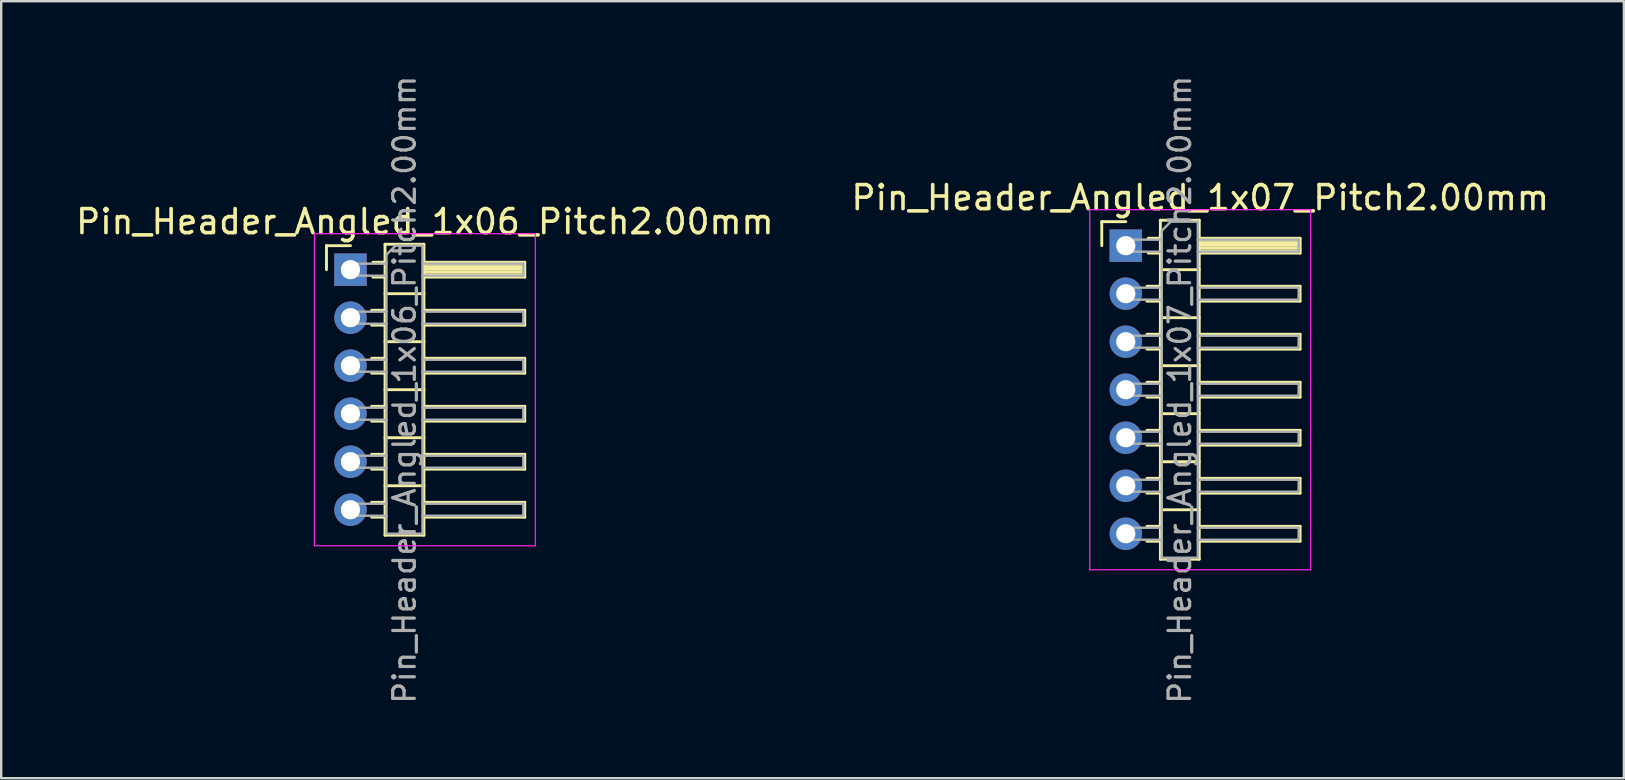
<source format=kicad_pcb>
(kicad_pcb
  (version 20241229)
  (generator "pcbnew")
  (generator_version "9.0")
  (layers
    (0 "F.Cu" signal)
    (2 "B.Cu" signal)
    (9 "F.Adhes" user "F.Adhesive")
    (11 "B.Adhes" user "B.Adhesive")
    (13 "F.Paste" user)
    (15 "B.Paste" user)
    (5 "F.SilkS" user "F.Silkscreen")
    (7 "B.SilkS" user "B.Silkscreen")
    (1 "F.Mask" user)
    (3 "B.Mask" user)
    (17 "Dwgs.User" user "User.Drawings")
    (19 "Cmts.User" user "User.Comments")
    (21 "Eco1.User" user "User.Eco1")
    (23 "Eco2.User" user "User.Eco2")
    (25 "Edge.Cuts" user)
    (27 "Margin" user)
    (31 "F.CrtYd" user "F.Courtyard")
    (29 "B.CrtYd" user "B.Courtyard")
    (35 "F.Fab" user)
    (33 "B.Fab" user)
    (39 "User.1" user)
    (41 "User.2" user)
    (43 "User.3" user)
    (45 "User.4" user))
  (footprint "Pin_Header_Angled_1x06_Pitch2.00mm"
    (layer "F.Cu")
    (at 11.549 8.184)
    (property "Reference" "Pin_Header_Angled_1x06_Pitch2.00mm" (at 3.1 -2 0) (layer "F.SilkS") (effects (font (size 1 1) (thickness 0.15))))
    (attr through_hole)
    (fp_line (start -1 -1) (end 0 -1) (stroke (width 0.12) (type solid)) (layer "F.SilkS"))
    (fp_line (start -1 0) (end -1 -1) (stroke (width 0.12) (type solid)) (layer "F.SilkS"))
    (fp_line (start 0.882 1.69) (end 1.44 1.69) (stroke (width 0.12) (type solid)) (layer "F.SilkS"))
    (fp_line (start 0.882 2.31) (end 1.44 2.31) (stroke (width 0.12) (type solid)) (layer "F.SilkS"))
    (fp_line (start 0.882 3.69) (end 1.44 3.69) (stroke (width 0.12) (type solid)) (layer "F.SilkS"))
    (fp_line (start 0.882 4.31) (end 1.44 4.31) (stroke (width 0.12) (type solid)) (layer "F.SilkS"))
    (fp_line (start 0.882 5.69) (end 1.44 5.69) (stroke (width 0.12) (type solid)) (layer "F.SilkS"))
    (fp_line (start 0.882 6.31) (end 1.44 6.31) (stroke (width 0.12) (type solid)) (layer "F.SilkS"))
    (fp_line (start 0.882 7.69) (end 1.44 7.69) (stroke (width 0.12) (type solid)) (layer "F.SilkS"))
    (fp_line (start 0.882 8.31) (end 1.44 8.31) (stroke (width 0.12) (type solid)) (layer "F.SilkS"))
    (fp_line (start 0.882 9.69) (end 1.44 9.69) (stroke (width 0.12) (type solid)) (layer "F.SilkS"))
    (fp_line (start 0.882 10.31) (end 1.44 10.31) (stroke (width 0.12) (type solid)) (layer "F.SilkS"))
    (fp_line (start 0.935 -0.31) (end 1.44 -0.31) (stroke (width 0.12) (type solid)) (layer "F.SilkS"))
    (fp_line (start 0.935 0.31) (end 1.44 0.31) (stroke (width 0.12) (type solid)) (layer "F.SilkS"))
    (fp_line (start 1.44 -1.06) (end 1.44 11.06) (stroke (width 0.12) (type solid)) (layer "F.SilkS"))
    (fp_line (start 1.44 1) (end 3.06 1) (stroke (width 0.12) (type solid)) (layer "F.SilkS"))
    (fp_line (start 1.44 3) (end 3.06 3) (stroke (width 0.12) (type solid)) (layer "F.SilkS"))
    (fp_line (start 1.44 5) (end 3.06 5) (stroke (width 0.12) (type solid)) (layer "F.SilkS"))
    (fp_line (start 1.44 7) (end 3.06 7) (stroke (width 0.12) (type solid)) (layer "F.SilkS"))
    (fp_line (start 1.44 9) (end 3.06 9) (stroke (width 0.12) (type solid)) (layer "F.SilkS"))
    (fp_line (start 1.44 11.06) (end 3.06 11.06) (stroke (width 0.12) (type solid)) (layer "F.SilkS"))
    (fp_line (start 3.06 -1.06) (end 1.44 -1.06) (stroke (width 0.12) (type solid)) (layer "F.SilkS"))
    (fp_line (start 3.06 -0.31) (end 7.26 -0.31) (stroke (width 0.12) (type solid)) (layer "F.SilkS"))
    (fp_line (start 3.06 -0.25) (end 7.26 -0.25) (stroke (width 0.12) (type solid)) (layer "F.SilkS"))
    (fp_line (start 3.06 -0.13) (end 7.26 -0.13) (stroke (width 0.12) (type solid)) (layer "F.SilkS"))
    (fp_line (start 3.06 -0.01) (end 7.26 -0.01) (stroke (width 0.12) (type solid)) (layer "F.SilkS"))
    (fp_line (start 3.06 0.11) (end 7.26 0.11) (stroke (width 0.12) (type solid)) (layer "F.SilkS"))
    (fp_line (start 3.06 0.23) (end 7.26 0.23) (stroke (width 0.12) (type solid)) (layer "F.SilkS"))
    (fp_line (start 3.06 1.69) (end 7.26 1.69) (stroke (width 0.12) (type solid)) (layer "F.SilkS"))
    (fp_line (start 3.06 3.69) (end 7.26 3.69) (stroke (width 0.12) (type solid)) (layer "F.SilkS"))
    (fp_line (start 3.06 5.69) (end 7.26 5.69) (stroke (width 0.12) (type solid)) (layer "F.SilkS"))
    (fp_line (start 3.06 7.69) (end 7.26 7.69) (stroke (width 0.12) (type solid)) (layer "F.SilkS"))
    (fp_line (start 3.06 9.69) (end 7.26 9.69) (stroke (width 0.12) (type solid)) (layer "F.SilkS"))
    (fp_line (start 3.06 11.06) (end 3.06 -1.06) (stroke (width 0.12) (type solid)) (layer "F.SilkS"))
    (fp_line (start 7.26 -0.31) (end 7.26 0.31) (stroke (width 0.12) (type solid)) (layer "F.SilkS"))
    (fp_line (start 7.26 0.31) (end 3.06 0.31) (stroke (width 0.12) (type solid)) (layer "F.SilkS"))
    (fp_line (start 7.26 1.69) (end 7.26 2.31) (stroke (width 0.12) (type solid)) (layer "F.SilkS"))
    (fp_line (start 7.26 2.31) (end 3.06 2.31) (stroke (width 0.12) (type solid)) (layer "F.SilkS"))
    (fp_line (start 7.26 3.69) (end 7.26 4.31) (stroke (width 0.12) (type solid)) (layer "F.SilkS"))
    (fp_line (start 7.26 4.31) (end 3.06 4.31) (stroke (width 0.12) (type solid)) (layer "F.SilkS"))
    (fp_line (start 7.26 5.69) (end 7.26 6.31) (stroke (width 0.12) (type solid)) (layer "F.SilkS"))
    (fp_line (start 7.26 6.31) (end 3.06 6.31) (stroke (width 0.12) (type solid)) (layer "F.SilkS"))
    (fp_line (start 7.26 7.69) (end 7.26 8.31) (stroke (width 0.12) (type solid)) (layer "F.SilkS"))
    (fp_line (start 7.26 8.31) (end 3.06 8.31) (stroke (width 0.12) (type solid)) (layer "F.SilkS"))
    (fp_line (start 7.26 9.69) (end 7.26 10.31) (stroke (width 0.12) (type solid)) (layer "F.SilkS"))
    (fp_line (start 7.26 10.31) (end 3.06 10.31) (stroke (width 0.12) (type solid)) (layer "F.SilkS"))
    (fp_line (start -1.5 -1.5) (end -1.5 11.5) (stroke (width 0.05) (type solid)) (layer "F.CrtYd"))
    (fp_line (start -1.5 11.5) (end 7.7 11.5) (stroke (width 0.05) (type solid)) (layer "F.CrtYd"))
    (fp_line (start 7.7 -1.5) (end -1.5 -1.5) (stroke (width 0.05) (type solid)) (layer "F.CrtYd"))
    (fp_line (start 7.7 11.5) (end 7.7 -1.5) (stroke (width 0.05) (type solid)) (layer "F.CrtYd"))
    (fp_line (start -0.25 -0.25) (end -0.25 0.25) (stroke (width 0.1) (type solid)) (layer "F.Fab"))
    (fp_line (start -0.25 -0.25) (end 1.5 -0.25) (stroke (width 0.1) (type solid)) (layer "F.Fab"))
    (fp_line (start -0.25 0.25) (end 1.5 0.25) (stroke (width 0.1) (type solid)) (layer "F.Fab"))
    (fp_line (start -0.25 1.75) (end -0.25 2.25) (stroke (width 0.1) (type solid)) (layer "F.Fab"))
    (fp_line (start -0.25 1.75) (end 1.5 1.75) (stroke (width 0.1) (type solid)) (layer "F.Fab"))
    (fp_line (start -0.25 2.25) (end 1.5 2.25) (stroke (width 0.1) (type solid)) (layer "F.Fab"))
    (fp_line (start -0.25 3.75) (end -0.25 4.25) (stroke (width 0.1) (type solid)) (layer "F.Fab"))
    (fp_line (start -0.25 3.75) (end 1.5 3.75) (stroke (width 0.1) (type solid)) (layer "F.Fab"))
    (fp_line (start -0.25 4.25) (end 1.5 4.25) (stroke (width 0.1) (type solid)) (layer "F.Fab"))
    (fp_line (start -0.25 5.75) (end -0.25 6.25) (stroke (width 0.1) (type solid)) (layer "F.Fab"))
    (fp_line (start -0.25 5.75) (end 1.5 5.75) (stroke (width 0.1) (type solid)) (layer "F.Fab"))
    (fp_line (start -0.25 6.25) (end 1.5 6.25) (stroke (width 0.1) (type solid)) (layer "F.Fab"))
    (fp_line (start -0.25 7.75) (end -0.25 8.25) (stroke (width 0.1) (type solid)) (layer "F.Fab"))
    (fp_line (start -0.25 7.75) (end 1.5 7.75) (stroke (width 0.1) (type solid)) (layer "F.Fab"))
    (fp_line (start -0.25 8.25) (end 1.5 8.25) (stroke (width 0.1) (type solid)) (layer "F.Fab"))
    (fp_line (start -0.25 9.75) (end -0.25 10.25) (stroke (width 0.1) (type solid)) (layer "F.Fab"))
    (fp_line (start -0.25 9.75) (end 1.5 9.75) (stroke (width 0.1) (type solid)) (layer "F.Fab"))
    (fp_line (start -0.25 10.25) (end 1.5 10.25) (stroke (width 0.1) (type solid)) (layer "F.Fab"))
    (fp_line (start 1.5 -0.625) (end 1.875 -1) (stroke (width 0.1) (type solid)) (layer "F.Fab"))
    (fp_line (start 1.5 11) (end 1.5 -0.625) (stroke (width 0.1) (type solid)) (layer "F.Fab"))
    (fp_line (start 1.875 -1) (end 3 -1) (stroke (width 0.1) (type solid)) (layer "F.Fab"))
    (fp_line (start 3 -1) (end 3 11) (stroke (width 0.1) (type solid)) (layer "F.Fab"))
    (fp_line (start 3 -0.25) (end 7.2 -0.25) (stroke (width 0.1) (type solid)) (layer "F.Fab"))
    (fp_line (start 3 0.25) (end 7.2 0.25) (stroke (width 0.1) (type solid)) (layer "F.Fab"))
    (fp_line (start 3 1.75) (end 7.2 1.75) (stroke (width 0.1) (type solid)) (layer "F.Fab"))
    (fp_line (start 3 2.25) (end 7.2 2.25) (stroke (width 0.1) (type solid)) (layer "F.Fab"))
    (fp_line (start 3 3.75) (end 7.2 3.75) (stroke (width 0.1) (type solid)) (layer "F.Fab"))
    (fp_line (start 3 4.25) (end 7.2 4.25) (stroke (width 0.1) (type solid)) (layer "F.Fab"))
    (fp_line (start 3 5.75) (end 7.2 5.75) (stroke (width 0.1) (type solid)) (layer "F.Fab"))
    (fp_line (start 3 6.25) (end 7.2 6.25) (stroke (width 0.1) (type solid)) (layer "F.Fab"))
    (fp_line (start 3 7.75) (end 7.2 7.75) (stroke (width 0.1) (type solid)) (layer "F.Fab"))
    (fp_line (start 3 8.25) (end 7.2 8.25) (stroke (width 0.1) (type solid)) (layer "F.Fab"))
    (fp_line (start 3 9.75) (end 7.2 9.75) (stroke (width 0.1) (type solid)) (layer "F.Fab"))
    (fp_line (start 3 10.25) (end 7.2 10.25) (stroke (width 0.1) (type solid)) (layer "F.Fab"))
    (fp_line (start 3 11) (end 1.5 11) (stroke (width 0.1) (type solid)) (layer "F.Fab"))
    (fp_line (start 7.2 -0.25) (end 7.2 0.25) (stroke (width 0.1) (type solid)) (layer "F.Fab"))
    (fp_line (start 7.2 1.75) (end 7.2 2.25) (stroke (width 0.1) (type solid)) (layer "F.Fab"))
    (fp_line (start 7.2 3.75) (end 7.2 4.25) (stroke (width 0.1) (type solid)) (layer "F.Fab"))
    (fp_line (start 7.2 5.75) (end 7.2 6.25) (stroke (width 0.1) (type solid)) (layer "F.Fab"))
    (fp_line (start 7.2 7.75) (end 7.2 8.25) (stroke (width 0.1) (type solid)) (layer "F.Fab"))
    (fp_line (start 7.2 9.75) (end 7.2 10.25) (stroke (width 0.1) (type solid)) (layer "F.Fab"))
    (fp_text user "${REFERENCE}" (at 2.25 5 90) (layer "F.Fab") (effects (font (size 0.9 0.9) (thickness 0.135))))
    (pad "1" thru_hole rect (at 0 0) (size 1.35 1.35) (drill 0.8) (layers "*.Cu" "*.Mask"))
    (pad "2" thru_hole oval (at 0 2) (size 1.35 1.35) (drill 0.8) (layers "*.Cu" "*.Mask"))
    (pad "3" thru_hole oval (at 0 4) (size 1.35 1.35) (drill 0.8) (layers "*.Cu" "*.Mask"))
    (pad "4" thru_hole oval (at 0 6) (size 1.35 1.35) (drill 0.8) (layers "*.Cu" "*.Mask"))
    (pad "5" thru_hole oval (at 0 8) (size 1.35 1.35) (drill 0.8) (layers "*.Cu" "*.Mask"))
    (pad "6" thru_hole oval (at 0 10) (size 1.35 1.35) (drill 0.8) (layers "*.Cu" "*.Mask")))
  (footprint "Pin_Header_Angled_1x07_Pitch2.00mm"
    (layer "F.Cu")
    (at 43.846 7.184)
    (property "Reference" "Pin_Header_Angled_1x07_Pitch2.00mm" (at 3.1 -2 0) (layer "F.SilkS") (effects (font (size 1 1) (thickness 0.15))))
    (attr through_hole)
    (fp_line (start -1 -1) (end 0 -1) (stroke (width 0.12) (type solid)) (layer "F.SilkS"))
    (fp_line (start -1 0) (end -1 -1) (stroke (width 0.12) (type solid)) (layer "F.SilkS"))
    (fp_line (start 0.882 1.69) (end 1.44 1.69) (stroke (width 0.12) (type solid)) (layer "F.SilkS"))
    (fp_line (start 0.882 2.31) (end 1.44 2.31) (stroke (width 0.12) (type solid)) (layer "F.SilkS"))
    (fp_line (start 0.882 3.69) (end 1.44 3.69) (stroke (width 0.12) (type solid)) (layer "F.SilkS"))
    (fp_line (start 0.882 4.31) (end 1.44 4.31) (stroke (width 0.12) (type solid)) (layer "F.SilkS"))
    (fp_line (start 0.882 5.69) (end 1.44 5.69) (stroke (width 0.12) (type solid)) (layer "F.SilkS"))
    (fp_line (start 0.882 6.31) (end 1.44 6.31) (stroke (width 0.12) (type solid)) (layer "F.SilkS"))
    (fp_line (start 0.882 7.69) (end 1.44 7.69) (stroke (width 0.12) (type solid)) (layer "F.SilkS"))
    (fp_line (start 0.882 8.31) (end 1.44 8.31) (stroke (width 0.12) (type solid)) (layer "F.SilkS"))
    (fp_line (start 0.882 9.69) (end 1.44 9.69) (stroke (width 0.12) (type solid)) (layer "F.SilkS"))
    (fp_line (start 0.882 10.31) (end 1.44 10.31) (stroke (width 0.12) (type solid)) (layer "F.SilkS"))
    (fp_line (start 0.882 11.69) (end 1.44 11.69) (stroke (width 0.12) (type solid)) (layer "F.SilkS"))
    (fp_line (start 0.882 12.31) (end 1.44 12.31) (stroke (width 0.12) (type solid)) (layer "F.SilkS"))
    (fp_line (start 0.935 -0.31) (end 1.44 -0.31) (stroke (width 0.12) (type solid)) (layer "F.SilkS"))
    (fp_line (start 0.935 0.31) (end 1.44 0.31) (stroke (width 0.12) (type solid)) (layer "F.SilkS"))
    (fp_line (start 1.44 -1.06) (end 1.44 13.06) (stroke (width 0.12) (type solid)) (layer "F.SilkS"))
    (fp_line (start 1.44 1) (end 3.06 1) (stroke (width 0.12) (type solid)) (layer "F.SilkS"))
    (fp_line (start 1.44 3) (end 3.06 3) (stroke (width 0.12) (type solid)) (layer "F.SilkS"))
    (fp_line (start 1.44 5) (end 3.06 5) (stroke (width 0.12) (type solid)) (layer "F.SilkS"))
    (fp_line (start 1.44 7) (end 3.06 7) (stroke (width 0.12) (type solid)) (layer "F.SilkS"))
    (fp_line (start 1.44 9) (end 3.06 9) (stroke (width 0.12) (type solid)) (layer "F.SilkS"))
    (fp_line (start 1.44 11) (end 3.06 11) (stroke (width 0.12) (type solid)) (layer "F.SilkS"))
    (fp_line (start 1.44 13.06) (end 3.06 13.06) (stroke (width 0.12) (type solid)) (layer "F.SilkS"))
    (fp_line (start 3.06 -1.06) (end 1.44 -1.06) (stroke (width 0.12) (type solid)) (layer "F.SilkS"))
    (fp_line (start 3.06 -0.31) (end 7.26 -0.31) (stroke (width 0.12) (type solid)) (layer "F.SilkS"))
    (fp_line (start 3.06 -0.25) (end 7.26 -0.25) (stroke (width 0.12) (type solid)) (layer "F.SilkS"))
    (fp_line (start 3.06 -0.13) (end 7.26 -0.13) (stroke (width 0.12) (type solid)) (layer "F.SilkS"))
    (fp_line (start 3.06 -0.01) (end 7.26 -0.01) (stroke (width 0.12) (type solid)) (layer "F.SilkS"))
    (fp_line (start 3.06 0.11) (end 7.26 0.11) (stroke (width 0.12) (type solid)) (layer "F.SilkS"))
    (fp_line (start 3.06 0.23) (end 7.26 0.23) (stroke (width 0.12) (type solid)) (layer "F.SilkS"))
    (fp_line (start 3.06 1.69) (end 7.26 1.69) (stroke (width 0.12) (type solid)) (layer "F.SilkS"))
    (fp_line (start 3.06 3.69) (end 7.26 3.69) (stroke (width 0.12) (type solid)) (layer "F.SilkS"))
    (fp_line (start 3.06 5.69) (end 7.26 5.69) (stroke (width 0.12) (type solid)) (layer "F.SilkS"))
    (fp_line (start 3.06 7.69) (end 7.26 7.69) (stroke (width 0.12) (type solid)) (layer "F.SilkS"))
    (fp_line (start 3.06 9.69) (end 7.26 9.69) (stroke (width 0.12) (type solid)) (layer "F.SilkS"))
    (fp_line (start 3.06 11.69) (end 7.26 11.69) (stroke (width 0.12) (type solid)) (layer "F.SilkS"))
    (fp_line (start 3.06 13.06) (end 3.06 -1.06) (stroke (width 0.12) (type solid)) (layer "F.SilkS"))
    (fp_line (start 7.26 -0.31) (end 7.26 0.31) (stroke (width 0.12) (type solid)) (layer "F.SilkS"))
    (fp_line (start 7.26 0.31) (end 3.06 0.31) (stroke (width 0.12) (type solid)) (layer "F.SilkS"))
    (fp_line (start 7.26 1.69) (end 7.26 2.31) (stroke (width 0.12) (type solid)) (layer "F.SilkS"))
    (fp_line (start 7.26 2.31) (end 3.06 2.31) (stroke (width 0.12) (type solid)) (layer "F.SilkS"))
    (fp_line (start 7.26 3.69) (end 7.26 4.31) (stroke (width 0.12) (type solid)) (layer "F.SilkS"))
    (fp_line (start 7.26 4.31) (end 3.06 4.31) (stroke (width 0.12) (type solid)) (layer "F.SilkS"))
    (fp_line (start 7.26 5.69) (end 7.26 6.31) (stroke (width 0.12) (type solid)) (layer "F.SilkS"))
    (fp_line (start 7.26 6.31) (end 3.06 6.31) (stroke (width 0.12) (type solid)) (layer "F.SilkS"))
    (fp_line (start 7.26 7.69) (end 7.26 8.31) (stroke (width 0.12) (type solid)) (layer "F.SilkS"))
    (fp_line (start 7.26 8.31) (end 3.06 8.31) (stroke (width 0.12) (type solid)) (layer "F.SilkS"))
    (fp_line (start 7.26 9.69) (end 7.26 10.31) (stroke (width 0.12) (type solid)) (layer "F.SilkS"))
    (fp_line (start 7.26 10.31) (end 3.06 10.31) (stroke (width 0.12) (type solid)) (layer "F.SilkS"))
    (fp_line (start 7.26 11.69) (end 7.26 12.31) (stroke (width 0.12) (type solid)) (layer "F.SilkS"))
    (fp_line (start 7.26 12.31) (end 3.06 12.31) (stroke (width 0.12) (type solid)) (layer "F.SilkS"))
    (fp_line (start -1.5 -1.5) (end -1.5 13.5) (stroke (width 0.05) (type solid)) (layer "F.CrtYd"))
    (fp_line (start -1.5 13.5) (end 7.7 13.5) (stroke (width 0.05) (type solid)) (layer "F.CrtYd"))
    (fp_line (start 7.7 -1.5) (end -1.5 -1.5) (stroke (width 0.05) (type solid)) (layer "F.CrtYd"))
    (fp_line (start 7.7 13.5) (end 7.7 -1.5) (stroke (width 0.05) (type solid)) (layer "F.CrtYd"))
    (fp_line (start -0.25 -0.25) (end -0.25 0.25) (stroke (width 0.1) (type solid)) (layer "F.Fab"))
    (fp_line (start -0.25 -0.25) (end 1.5 -0.25) (stroke (width 0.1) (type solid)) (layer "F.Fab"))
    (fp_line (start -0.25 0.25) (end 1.5 0.25) (stroke (width 0.1) (type solid)) (layer "F.Fab"))
    (fp_line (start -0.25 1.75) (end -0.25 2.25) (stroke (width 0.1) (type solid)) (layer "F.Fab"))
    (fp_line (start -0.25 1.75) (end 1.5 1.75) (stroke (width 0.1) (type solid)) (layer "F.Fab"))
    (fp_line (start -0.25 2.25) (end 1.5 2.25) (stroke (width 0.1) (type solid)) (layer "F.Fab"))
    (fp_line (start -0.25 3.75) (end -0.25 4.25) (stroke (width 0.1) (type solid)) (layer "F.Fab"))
    (fp_line (start -0.25 3.75) (end 1.5 3.75) (stroke (width 0.1) (type solid)) (layer "F.Fab"))
    (fp_line (start -0.25 4.25) (end 1.5 4.25) (stroke (width 0.1) (type solid)) (layer "F.Fab"))
    (fp_line (start -0.25 5.75) (end -0.25 6.25) (stroke (width 0.1) (type solid)) (layer "F.Fab"))
    (fp_line (start -0.25 5.75) (end 1.5 5.75) (stroke (width 0.1) (type solid)) (layer "F.Fab"))
    (fp_line (start -0.25 6.25) (end 1.5 6.25) (stroke (width 0.1) (type solid)) (layer "F.Fab"))
    (fp_line (start -0.25 7.75) (end -0.25 8.25) (stroke (width 0.1) (type solid)) (layer "F.Fab"))
    (fp_line (start -0.25 7.75) (end 1.5 7.75) (stroke (width 0.1) (type solid)) (layer "F.Fab"))
    (fp_line (start -0.25 8.25) (end 1.5 8.25) (stroke (width 0.1) (type solid)) (layer "F.Fab"))
    (fp_line (start -0.25 9.75) (end -0.25 10.25) (stroke (width 0.1) (type solid)) (layer "F.Fab"))
    (fp_line (start -0.25 9.75) (end 1.5 9.75) (stroke (width 0.1) (type solid)) (layer "F.Fab"))
    (fp_line (start -0.25 10.25) (end 1.5 10.25) (stroke (width 0.1) (type solid)) (layer "F.Fab"))
    (fp_line (start -0.25 11.75) (end -0.25 12.25) (stroke (width 0.1) (type solid)) (layer "F.Fab"))
    (fp_line (start -0.25 11.75) (end 1.5 11.75) (stroke (width 0.1) (type solid)) (layer "F.Fab"))
    (fp_line (start -0.25 12.25) (end 1.5 12.25) (stroke (width 0.1) (type solid)) (layer "F.Fab"))
    (fp_line (start 1.5 -0.625) (end 1.875 -1) (stroke (width 0.1) (type solid)) (layer "F.Fab"))
    (fp_line (start 1.5 13) (end 1.5 -0.625) (stroke (width 0.1) (type solid)) (layer "F.Fab"))
    (fp_line (start 1.875 -1) (end 3 -1) (stroke (width 0.1) (type solid)) (layer "F.Fab"))
    (fp_line (start 3 -1) (end 3 13) (stroke (width 0.1) (type solid)) (layer "F.Fab"))
    (fp_line (start 3 -0.25) (end 7.2 -0.25) (stroke (width 0.1) (type solid)) (layer "F.Fab"))
    (fp_line (start 3 0.25) (end 7.2 0.25) (stroke (width 0.1) (type solid)) (layer "F.Fab"))
    (fp_line (start 3 1.75) (end 7.2 1.75) (stroke (width 0.1) (type solid)) (layer "F.Fab"))
    (fp_line (start 3 2.25) (end 7.2 2.25) (stroke (width 0.1) (type solid)) (layer "F.Fab"))
    (fp_line (start 3 3.75) (end 7.2 3.75) (stroke (width 0.1) (type solid)) (layer "F.Fab"))
    (fp_line (start 3 4.25) (end 7.2 4.25) (stroke (width 0.1) (type solid)) (layer "F.Fab"))
    (fp_line (start 3 5.75) (end 7.2 5.75) (stroke (width 0.1) (type solid)) (layer "F.Fab"))
    (fp_line (start 3 6.25) (end 7.2 6.25) (stroke (width 0.1) (type solid)) (layer "F.Fab"))
    (fp_line (start 3 7.75) (end 7.2 7.75) (stroke (width 0.1) (type solid)) (layer "F.Fab"))
    (fp_line (start 3 8.25) (end 7.2 8.25) (stroke (width 0.1) (type solid)) (layer "F.Fab"))
    (fp_line (start 3 9.75) (end 7.2 9.75) (stroke (width 0.1) (type solid)) (layer "F.Fab"))
    (fp_line (start 3 10.25) (end 7.2 10.25) (stroke (width 0.1) (type solid)) (layer "F.Fab"))
    (fp_line (start 3 11.75) (end 7.2 11.75) (stroke (width 0.1) (type solid)) (layer "F.Fab"))
    (fp_line (start 3 12.25) (end 7.2 12.25) (stroke (width 0.1) (type solid)) (layer "F.Fab"))
    (fp_line (start 3 13) (end 1.5 13) (stroke (width 0.1) (type solid)) (layer "F.Fab"))
    (fp_line (start 7.2 -0.25) (end 7.2 0.25) (stroke (width 0.1) (type solid)) (layer "F.Fab"))
    (fp_line (start 7.2 1.75) (end 7.2 2.25) (stroke (width 0.1) (type solid)) (layer "F.Fab"))
    (fp_line (start 7.2 3.75) (end 7.2 4.25) (stroke (width 0.1) (type solid)) (layer "F.Fab"))
    (fp_line (start 7.2 5.75) (end 7.2 6.25) (stroke (width 0.1) (type solid)) (layer "F.Fab"))
    (fp_line (start 7.2 7.75) (end 7.2 8.25) (stroke (width 0.1) (type solid)) (layer "F.Fab"))
    (fp_line (start 7.2 9.75) (end 7.2 10.25) (stroke (width 0.1) (type solid)) (layer "F.Fab"))
    (fp_line (start 7.2 11.75) (end 7.2 12.25) (stroke (width 0.1) (type solid)) (layer "F.Fab"))
    (fp_text user "${REFERENCE}" (at 2.25 6 90) (layer "F.Fab") (effects (font (size 0.9 0.9) (thickness 0.135))))
    (pad "1" thru_hole rect (at 0 0) (size 1.35 1.35) (drill 0.8) (layers "*.Cu" "*.Mask"))
    (pad "2" thru_hole oval (at 0 2) (size 1.35 1.35) (drill 0.8) (layers "*.Cu" "*.Mask"))
    (pad "3" thru_hole oval (at 0 4) (size 1.35 1.35) (drill 0.8) (layers "*.Cu" "*.Mask"))
    (pad "4" thru_hole oval (at 0 6) (size 1.35 1.35) (drill 0.8) (layers "*.Cu" "*.Mask"))
    (pad "5" thru_hole oval (at 0 8) (size 1.35 1.35) (drill 0.8) (layers "*.Cu" "*.Mask"))
    (pad "6" thru_hole oval (at 0 10) (size 1.35 1.35) (drill 0.8) (layers "*.Cu" "*.Mask"))
    (pad "7" thru_hole oval (at 0 12) (size 1.35 1.35) (drill 0.8) (layers "*.Cu" "*.Mask")))
  (gr_rect
    (start -3 -3)
    (end 64.595 29.368)
    (stroke (width 0.1) (type default))
    (fill no)
    (layer "Edge.Cuts")))
</source>
